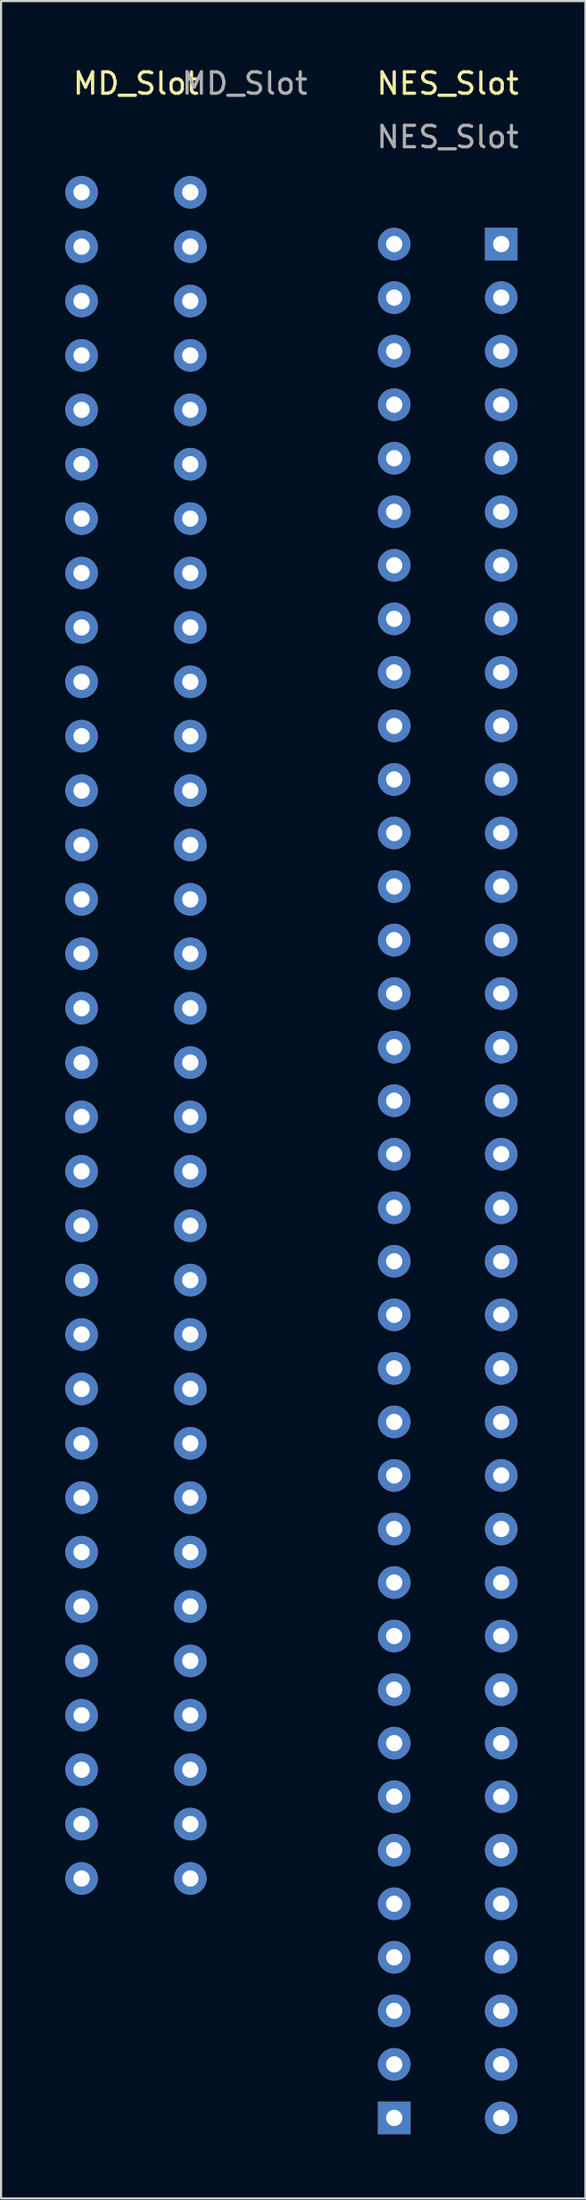
<source format=kicad_pcb>
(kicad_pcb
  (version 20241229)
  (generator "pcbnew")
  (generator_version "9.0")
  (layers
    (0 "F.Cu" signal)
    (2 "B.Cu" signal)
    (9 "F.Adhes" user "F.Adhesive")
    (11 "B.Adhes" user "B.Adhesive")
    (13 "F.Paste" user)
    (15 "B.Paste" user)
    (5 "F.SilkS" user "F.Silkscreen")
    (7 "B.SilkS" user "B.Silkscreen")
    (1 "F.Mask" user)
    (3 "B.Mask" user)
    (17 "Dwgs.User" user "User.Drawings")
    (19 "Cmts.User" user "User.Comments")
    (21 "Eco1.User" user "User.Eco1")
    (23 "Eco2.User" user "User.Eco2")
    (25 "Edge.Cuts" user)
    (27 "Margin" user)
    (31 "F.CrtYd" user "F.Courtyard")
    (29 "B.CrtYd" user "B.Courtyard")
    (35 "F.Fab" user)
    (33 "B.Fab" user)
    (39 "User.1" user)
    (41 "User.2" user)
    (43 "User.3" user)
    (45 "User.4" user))
  (footprint "NES_Slot"
    (layer "F.Cu")
    (at 20.37 43.348)
    (property "Reference" "NES_Slot" (at -2.5 -42.5 0) (unlocked yes) (layer "F.SilkS") (effects (font (size 1 1) (thickness 0.15))))
    (attr through_hole)
    (fp_text user "${REFERENCE}" (at -2.5 -40 0) (unlocked yes) (layer "F.Fab") (effects (font (size 1 1) (thickness 0.15))))
    (pad "1" thru_hole rect (at -5 52.5 180) (size 1.524 1.524) (drill 0.762) (layers "*.Cu" "*.Mask"))
    (pad "2" thru_hole circle (at -5 50 180) (size 1.524 1.524) (drill 0.762) (layers "*.Cu" "*.Mask"))
    (pad "3" thru_hole circle (at -5 47.5 180) (size 1.524 1.524) (drill 0.762) (layers "*.Cu" "*.Mask"))
    (pad "4" thru_hole circle (at -5 45 180) (size 1.524 1.524) (drill 0.762) (layers "*.Cu" "*.Mask"))
    (pad "5" thru_hole circle (at -5 42.5 180) (size 1.524 1.524) (drill 0.762) (layers "*.Cu" "*.Mask"))
    (pad "6" thru_hole circle (at -5 40 180) (size 1.524 1.524) (drill 0.762) (layers "*.Cu" "*.Mask"))
    (pad "7" thru_hole circle (at -5 37.5 180) (size 1.524 1.524) (drill 0.762) (layers "*.Cu" "*.Mask"))
    (pad "8" thru_hole circle (at -5 35 180) (size 1.524 1.524) (drill 0.762) (layers "*.Cu" "*.Mask"))
    (pad "9" thru_hole circle (at -5 32.5 180) (size 1.524 1.524) (drill 0.762) (layers "*.Cu" "*.Mask"))
    (pad "10" thru_hole circle (at -5 30 180) (size 1.524 1.524) (drill 0.762) (layers "*.Cu" "*.Mask"))
    (pad "11" thru_hole circle (at -5 27.5 180) (size 1.524 1.524) (drill 0.762) (layers "*.Cu" "*.Mask"))
    (pad "12" thru_hole circle (at -5 25 180) (size 1.524 1.524) (drill 0.762) (layers "*.Cu" "*.Mask"))
    (pad "13" thru_hole circle (at -5 22.5 180) (size 1.524 1.524) (drill 0.762) (layers "*.Cu" "*.Mask"))
    (pad "14" thru_hole circle (at -5 20 180) (size 1.524 1.524) (drill 0.762) (layers "*.Cu" "*.Mask"))
    (pad "15" thru_hole circle (at -5 17.5 180) (size 1.524 1.524) (drill 0.762) (layers "*.Cu" "*.Mask"))
    (pad "16" thru_hole circle (at -5 15 180) (size 1.524 1.524) (drill 0.762) (layers "*.Cu" "*.Mask"))
    (pad "17" thru_hole circle (at -5 12.5 180) (size 1.524 1.524) (drill 0.762) (layers "*.Cu" "*.Mask"))
    (pad "18" thru_hole circle (at -5 10 180) (size 1.524 1.524) (drill 0.762) (layers "*.Cu" "*.Mask"))
    (pad "19" thru_hole circle (at -5 7.5 180) (size 1.524 1.524) (drill 0.762) (layers "*.Cu" "*.Mask"))
    (pad "20" thru_hole circle (at -5 5 180) (size 1.524 1.524) (drill 0.762) (layers "*.Cu" "*.Mask"))
    (pad "21" thru_hole circle (at -5 2.5 180) (size 1.524 1.524) (drill 0.762) (layers "*.Cu" "*.Mask"))
    (pad "22" thru_hole circle (at -5 0 180) (size 1.524 1.524) (drill 0.762) (layers "*.Cu" "*.Mask"))
    (pad "23" thru_hole circle (at -5 -2.5 180) (size 1.524 1.524) (drill 0.762) (layers "*.Cu" "*.Mask"))
    (pad "24" thru_hole circle (at -5 -5 180) (size 1.524 1.524) (drill 0.762) (layers "*.Cu" "*.Mask"))
    (pad "25" thru_hole circle (at -5 -7.5 180) (size 1.524 1.524) (drill 0.762) (layers "*.Cu" "*.Mask"))
    (pad "26" thru_hole circle (at -5 -10 180) (size 1.524 1.524) (drill 0.762) (layers "*.Cu" "*.Mask"))
    (pad "27" thru_hole circle (at -5 -12.5 180) (size 1.524 1.524) (drill 0.762) (layers "*.Cu" "*.Mask"))
    (pad "28" thru_hole circle (at -5 -15 180) (size 1.524 1.524) (drill 0.762) (layers "*.Cu" "*.Mask"))
    (pad "29" thru_hole circle (at -5 -17.5 180) (size 1.524 1.524) (drill 0.762) (layers "*.Cu" "*.Mask"))
    (pad "30" thru_hole circle (at -5 -20 180) (size 1.524 1.524) (drill 0.762) (layers "*.Cu" "*.Mask"))
    (pad "31" thru_hole circle (at -5 -22.5 180) (size 1.524 1.524) (drill 0.762) (layers "*.Cu" "*.Mask"))
    (pad "32" thru_hole circle (at -5 -25 180) (size 1.524 1.524) (drill 0.762) (layers "*.Cu" "*.Mask"))
    (pad "33" thru_hole circle (at -5 -27.5 180) (size 1.524 1.524) (drill 0.762) (layers "*.Cu" "*.Mask"))
    (pad "34" thru_hole circle (at -5 -30 180) (size 1.524 1.524) (drill 0.762) (layers "*.Cu" "*.Mask"))
    (pad "35" thru_hole circle (at -5 -32.5 180) (size 1.524 1.524) (drill 0.762) (layers "*.Cu" "*.Mask"))
    (pad "36" thru_hole circle (at -5 -35 180) (size 1.524 1.524) (drill 0.762) (layers "*.Cu" "*.Mask"))
    (pad "37" thru_hole circle (at 0 52.5 180) (size 1.524 1.524) (drill 0.762) (layers "*.Cu" "*.Mask"))
    (pad "38" thru_hole circle (at 0 50 180) (size 1.524 1.524) (drill 0.762) (layers "*.Cu" "*.Mask"))
    (pad "39" thru_hole circle (at 0 47.5 180) (size 1.524 1.524) (drill 0.762) (layers "*.Cu" "*.Mask"))
    (pad "40" thru_hole circle (at 0 45 180) (size 1.524 1.524) (drill 0.762) (layers "*.Cu" "*.Mask"))
    (pad "41" thru_hole circle (at 0 42.5 180) (size 1.524 1.524) (drill 0.762) (layers "*.Cu" "*.Mask"))
    (pad "42" thru_hole circle (at 0 40 180) (size 1.524 1.524) (drill 0.762) (layers "*.Cu" "*.Mask"))
    (pad "43" thru_hole circle (at 0 37.5 180) (size 1.524 1.524) (drill 0.762) (layers "*.Cu" "*.Mask"))
    (pad "44" thru_hole circle (at 0 35 180) (size 1.524 1.524) (drill 0.762) (layers "*.Cu" "*.Mask"))
    (pad "45" thru_hole circle (at 0 32.5 180) (size 1.524 1.524) (drill 0.762) (layers "*.Cu" "*.Mask"))
    (pad "46" thru_hole circle (at 0 30 180) (size 1.524 1.524) (drill 0.762) (layers "*.Cu" "*.Mask"))
    (pad "47" thru_hole circle (at 0 27.5 180) (size 1.524 1.524) (drill 0.762) (layers "*.Cu" "*.Mask"))
    (pad "48" thru_hole circle (at 0 25 180) (size 1.524 1.524) (drill 0.762) (layers "*.Cu" "*.Mask"))
    (pad "49" thru_hole circle (at 0 22.5 180) (size 1.524 1.524) (drill 0.762) (layers "*.Cu" "*.Mask"))
    (pad "50" thru_hole circle (at 0 20 180) (size 1.524 1.524) (drill 0.762) (layers "*.Cu" "*.Mask"))
    (pad "51" thru_hole circle (at 0 17.5 180) (size 1.524 1.524) (drill 0.762) (layers "*.Cu" "*.Mask"))
    (pad "52" thru_hole circle (at 0 15 180) (size 1.524 1.524) (drill 0.762) (layers "*.Cu" "*.Mask"))
    (pad "53" thru_hole circle (at 0 12.5 180) (size 1.524 1.524) (drill 0.762) (layers "*.Cu" "*.Mask"))
    (pad "54" thru_hole circle (at 0 10 180) (size 1.524 1.524) (drill 0.762) (layers "*.Cu" "*.Mask"))
    (pad "55" thru_hole circle (at 0 7.5 180) (size 1.524 1.524) (drill 0.762) (layers "*.Cu" "*.Mask"))
    (pad "56" thru_hole circle (at 0 5 180) (size 1.524 1.524) (drill 0.762) (layers "*.Cu" "*.Mask"))
    (pad "57" thru_hole circle (at 0 2.5 180) (size 1.524 1.524) (drill 0.762) (layers "*.Cu" "*.Mask"))
    (pad "58" thru_hole circle (at 0 0 180) (size 1.524 1.524) (drill 0.762) (layers "*.Cu" "*.Mask"))
    (pad "59" thru_hole circle (at 0 -2.5 180) (size 1.524 1.524) (drill 0.762) (layers "*.Cu" "*.Mask"))
    (pad "60" thru_hole circle (at 0 -5 180) (size 1.524 1.524) (drill 0.762) (layers "*.Cu" "*.Mask"))
    (pad "61" thru_hole circle (at 0 -7.5 180) (size 1.524 1.524) (drill 0.762) (layers "*.Cu" "*.Mask"))
    (pad "62" thru_hole circle (at 0 -10 180) (size 1.524 1.524) (drill 0.762) (layers "*.Cu" "*.Mask"))
    (pad "63" thru_hole circle (at 0 -12.5 180) (size 1.524 1.524) (drill 0.762) (layers "*.Cu" "*.Mask"))
    (pad "64" thru_hole circle (at 0 -15 180) (size 1.524 1.524) (drill 0.762) (layers "*.Cu" "*.Mask"))
    (pad "65" thru_hole circle (at 0 -17.5 180) (size 1.524 1.524) (drill 0.762) (layers "*.Cu" "*.Mask"))
    (pad "66" thru_hole circle (at 0 -20 180) (size 1.524 1.524) (drill 0.762) (layers "*.Cu" "*.Mask"))
    (pad "67" thru_hole circle (at 0 -22.5 180) (size 1.524 1.524) (drill 0.762) (layers "*.Cu" "*.Mask"))
    (pad "68" thru_hole circle (at 0 -25 180) (size 1.524 1.524) (drill 0.762) (layers "*.Cu" "*.Mask"))
    (pad "69" thru_hole circle (at 0 -27.5 180) (size 1.524 1.524) (drill 0.762) (layers "*.Cu" "*.Mask"))
    (pad "70" thru_hole circle (at 0 -30 180) (size 1.524 1.524) (drill 0.762) (layers "*.Cu" "*.Mask"))
    (pad "71" thru_hole circle (at 0 -32.5 180) (size 1.524 1.524) (drill 0.762) (layers "*.Cu" "*.Mask"))
    (pad "72" thru_hole rect (at 0 -35 180) (size 1.524 1.524) (drill 0.762) (layers "*.Cu" "*.Mask")))
  (footprint "MD_Slot"
    (layer "F.Cu")
    (at 3.302 45.298)
    (property "Reference" "MD_Slot" (at 0 -44.45 0) (unlocked yes) (layer "F.SilkS") (effects (font (size 1 1) (thickness 0.15))))
    (attr through_hole)
    (fp_text user "${REFERENCE}" (at 5.08 -44.45 0) (unlocked yes) (layer "F.Fab") (effects (font (size 1 1) (thickness 0.15))))
    (pad "A1" thru_hole circle (at 2.54 -39.37) (size 1.524 1.524) (drill 0.762) (layers "*.Cu" "*.Mask"))
    (pad "A2" thru_hole circle (at 2.54 -36.83) (size 1.524 1.524) (drill 0.762) (layers "*.Cu" "*.Mask"))
    (pad "A3" thru_hole circle (at 2.54 -34.29) (size 1.524 1.524) (drill 0.762) (layers "*.Cu" "*.Mask"))
    (pad "A4" thru_hole circle (at 2.54 -31.75) (size 1.524 1.524) (drill 0.762) (layers "*.Cu" "*.Mask"))
    (pad "A5" thru_hole circle (at 2.54 -29.21) (size 1.524 1.524) (drill 0.762) (layers "*.Cu" "*.Mask"))
    (pad "A6" thru_hole circle (at 2.54 -26.67) (size 1.524 1.524) (drill 0.762) (layers "*.Cu" "*.Mask"))
    (pad "A7" thru_hole circle (at 2.54 -24.13) (size 1.524 1.524) (drill 0.762) (layers "*.Cu" "*.Mask"))
    (pad "A8" thru_hole circle (at 2.54 -21.59) (size 1.524 1.524) (drill 0.762) (layers "*.Cu" "*.Mask"))
    (pad "A9" thru_hole circle (at 2.54 -19.05) (size 1.524 1.524) (drill 0.762) (layers "*.Cu" "*.Mask"))
    (pad "A10" thru_hole circle (at 2.54 -16.51) (size 1.524 1.524) (drill 0.762) (layers "*.Cu" "*.Mask"))
    (pad "A11" thru_hole circle (at 2.54 -13.97) (size 1.524 1.524) (drill 0.762) (layers "*.Cu" "*.Mask"))
    (pad "A12" thru_hole circle (at 2.54 -11.43) (size 1.524 1.524) (drill 0.762) (layers "*.Cu" "*.Mask"))
    (pad "A13" thru_hole circle (at 2.54 -8.89) (size 1.524 1.524) (drill 0.762) (layers "*.Cu" "*.Mask"))
    (pad "A14" thru_hole circle (at 2.54 -6.35) (size 1.524 1.524) (drill 0.762) (layers "*.Cu" "*.Mask"))
    (pad "A15" thru_hole circle (at 2.54 -3.81) (size 1.524 1.524) (drill 0.762) (layers "*.Cu" "*.Mask"))
    (pad "A16" thru_hole circle (at 2.54 -1.27) (size 1.524 1.524) (drill 0.762) (layers "*.Cu" "*.Mask"))
    (pad "A17" thru_hole circle (at 2.54 1.27) (size 1.524 1.524) (drill 0.762) (layers "*.Cu" "*.Mask"))
    (pad "A18" thru_hole circle (at 2.54 3.81) (size 1.524 1.524) (drill 0.762) (layers "*.Cu" "*.Mask"))
    (pad "A19" thru_hole circle (at 2.54 6.35) (size 1.524 1.524) (drill 0.762) (layers "*.Cu" "*.Mask"))
    (pad "A20" thru_hole circle (at 2.54 8.89) (size 1.524 1.524) (drill 0.762) (layers "*.Cu" "*.Mask"))
    (pad "A21" thru_hole circle (at 2.54 11.43) (size 1.524 1.524) (drill 0.762) (layers "*.Cu" "*.Mask"))
    (pad "A22" thru_hole circle (at 2.54 13.97) (size 1.524 1.524) (drill 0.762) (layers "*.Cu" "*.Mask"))
    (pad "A23" thru_hole circle (at 2.54 16.51) (size 1.524 1.524) (drill 0.762) (layers "*.Cu" "*.Mask"))
    (pad "A24" thru_hole circle (at 2.54 19.05) (size 1.524 1.524) (drill 0.762) (layers "*.Cu" "*.Mask"))
    (pad "A25" thru_hole circle (at 2.54 21.59) (size 1.524 1.524) (drill 0.762) (layers "*.Cu" "*.Mask"))
    (pad "A26" thru_hole circle (at 2.54 24.13) (size 1.524 1.524) (drill 0.762) (layers "*.Cu" "*.Mask"))
    (pad "A27" thru_hole circle (at 2.54 26.67) (size 1.524 1.524) (drill 0.762) (layers "*.Cu" "*.Mask"))
    (pad "A28" thru_hole circle (at 2.54 29.21) (size 1.524 1.524) (drill 0.762) (layers "*.Cu" "*.Mask"))
    (pad "A29" thru_hole circle (at 2.54 31.75) (size 1.524 1.524) (drill 0.762) (layers "*.Cu" "*.Mask"))
    (pad "A30" thru_hole circle (at 2.54 34.29) (size 1.524 1.524) (drill 0.762) (layers "*.Cu" "*.Mask"))
    (pad "A31" thru_hole circle (at 2.54 36.83) (size 1.524 1.524) (drill 0.762) (layers "*.Cu" "*.Mask"))
    (pad "A32" thru_hole circle (at 2.54 39.37) (size 1.524 1.524) (drill 0.762) (layers "*.Cu" "*.Mask"))
    (pad "B1" thru_hole circle (at -2.54 -39.37) (size 1.524 1.524) (drill 0.762) (layers "*.Cu" "*.Mask"))
    (pad "B2" thru_hole circle (at -2.54 -36.83) (size 1.524 1.524) (drill 0.762) (layers "*.Cu" "*.Mask"))
    (pad "B3" thru_hole circle (at -2.54 -34.29) (size 1.524 1.524) (drill 0.762) (layers "*.Cu" "*.Mask"))
    (pad "B4" thru_hole circle (at -2.54 -31.75) (size 1.524 1.524) (drill 0.762) (layers "*.Cu" "*.Mask"))
    (pad "B5" thru_hole circle (at -2.54 -29.21) (size 1.524 1.524) (drill 0.762) (layers "*.Cu" "*.Mask"))
    (pad "B6" thru_hole circle (at -2.54 -26.67) (size 1.524 1.524) (drill 0.762) (layers "*.Cu" "*.Mask"))
    (pad "B7" thru_hole circle (at -2.54 -24.13) (size 1.524 1.524) (drill 0.762) (layers "*.Cu" "*.Mask"))
    (pad "B8" thru_hole circle (at -2.54 -21.59) (size 1.524 1.524) (drill 0.762) (layers "*.Cu" "*.Mask"))
    (pad "B9" thru_hole circle (at -2.54 -19.05) (size 1.524 1.524) (drill 0.762) (layers "*.Cu" "*.Mask"))
    (pad "B10" thru_hole circle (at -2.54 -16.51) (size 1.524 1.524) (drill 0.762) (layers "*.Cu" "*.Mask"))
    (pad "B11" thru_hole circle (at -2.54 -13.97) (size 1.524 1.524) (drill 0.762) (layers "*.Cu" "*.Mask"))
    (pad "B12" thru_hole circle (at -2.54 -11.43) (size 1.524 1.524) (drill 0.762) (layers "*.Cu" "*.Mask"))
    (pad "B13" thru_hole circle (at -2.54 -8.89) (size 1.524 1.524) (drill 0.762) (layers "*.Cu" "*.Mask"))
    (pad "B14" thru_hole circle (at -2.54 -6.35) (size 1.524 1.524) (drill 0.762) (layers "*.Cu" "*.Mask"))
    (pad "B15" thru_hole circle (at -2.54 -3.81) (size 1.524 1.524) (drill 0.762) (layers "*.Cu" "*.Mask"))
    (pad "B16" thru_hole circle (at -2.54 -1.27) (size 1.524 1.524) (drill 0.762) (layers "*.Cu" "*.Mask"))
    (pad "B17" thru_hole circle (at -2.54 1.27) (size 1.524 1.524) (drill 0.762) (layers "*.Cu" "*.Mask"))
    (pad "B18" thru_hole circle (at -2.54 3.81) (size 1.524 1.524) (drill 0.762) (layers "*.Cu" "*.Mask"))
    (pad "B19" thru_hole circle (at -2.54 6.35) (size 1.524 1.524) (drill 0.762) (layers "*.Cu" "*.Mask"))
    (pad "B20" thru_hole circle (at -2.54 8.89) (size 1.524 1.524) (drill 0.762) (layers "*.Cu" "*.Mask"))
    (pad "B21" thru_hole circle (at -2.54 11.43) (size 1.524 1.524) (drill 0.762) (layers "*.Cu" "*.Mask"))
    (pad "B22" thru_hole circle (at -2.54 13.97) (size 1.524 1.524) (drill 0.762) (layers "*.Cu" "*.Mask"))
    (pad "B23" thru_hole circle (at -2.54 16.51) (size 1.524 1.524) (drill 0.762) (layers "*.Cu" "*.Mask"))
    (pad "B24" thru_hole circle (at -2.54 19.05) (size 1.524 1.524) (drill 0.762) (layers "*.Cu" "*.Mask"))
    (pad "B25" thru_hole circle (at -2.54 21.59) (size 1.524 1.524) (drill 0.762) (layers "*.Cu" "*.Mask"))
    (pad "B26" thru_hole circle (at -2.54 24.13) (size 1.524 1.524) (drill 0.762) (layers "*.Cu" "*.Mask"))
    (pad "B27" thru_hole circle (at -2.54 26.67) (size 1.524 1.524) (drill 0.762) (layers "*.Cu" "*.Mask"))
    (pad "B28" thru_hole circle (at -2.54 29.21) (size 1.524 1.524) (drill 0.762) (layers "*.Cu" "*.Mask"))
    (pad "B29" thru_hole circle (at -2.54 31.75) (size 1.524 1.524) (drill 0.762) (layers "*.Cu" "*.Mask"))
    (pad "B30" thru_hole circle (at -2.54 34.29) (size 1.524 1.524) (drill 0.762) (layers "*.Cu" "*.Mask"))
    (pad "B31" thru_hole circle (at -2.54 36.83) (size 1.524 1.524) (drill 0.762) (layers "*.Cu" "*.Mask"))
    (pad "B32" thru_hole circle (at -2.54 39.37) (size 1.524 1.524) (drill 0.762) (layers "*.Cu" "*.Mask")))
  (gr_rect
    (start -3 -3)
    (end 24.305 99.61)
    (stroke (width 0.1) (type default))
    (fill no)
    (layer "Edge.Cuts")))
</source>
